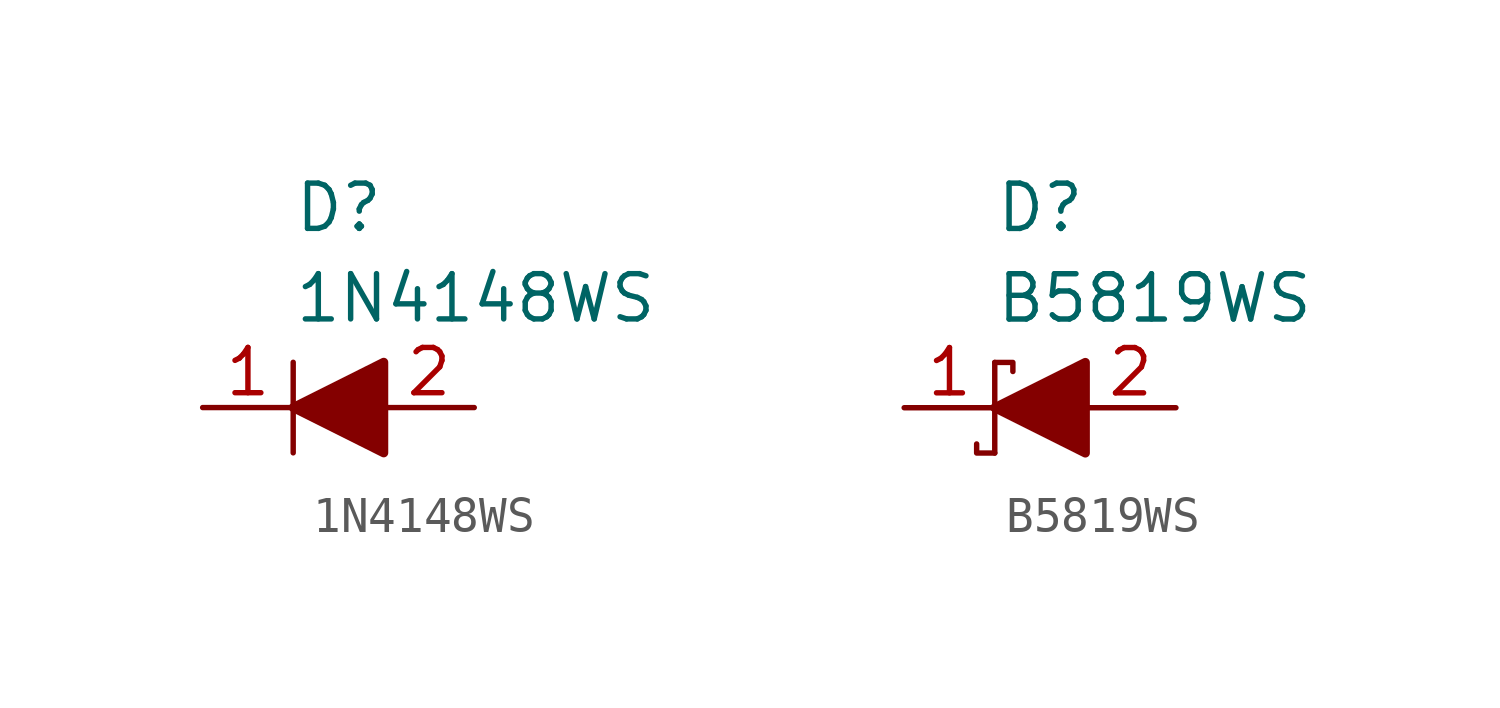
<source format=kicad_sym>
(kicad_symbol_lib
  (version 20241209)
  (generator "kicad_symbol_editor")
  (generator_version "9.0")
  (symbol "1N4148WS"
    (pin_names
      (hide yes))
    (property "Reference" "D"
      (at 2.54 6.35 0)
      (effects (font (size 1.27 1.27)) (justify left top)))
    (property "Value" "1N4148WS"
      (at 2.54 3.81 0)
      (effects (font (size 1.27 1.27)) (justify left top)))
    (symbol "1N4148WS_0_1"
      (polyline (pts (xy 2.54 1.27) (xy 2.54 -1.27)) (stroke (width 0) (type default)) (fill (type none))))
    (symbol "1N4148WS_1_1"
      (polyline (pts (xy 2.54 0) (xy 5.08 1.27) (xy 5.08 -1.27) (xy 2.54 0)) (stroke (width 0.254) (type default)) (fill (type outline)))
      (pin passive line (at 0 0 0) (length 2.54) (name "K" (effects (font (size 1.27 1.27)))) (number "1" (effects (font (size 1.27 1.27)))))
      (pin passive line (at 7.62 0 180) (length 2.54) (name "A" (effects (font (size 1.27 1.27)))) (number "2" (effects (font (size 1.27 1.27)))))))
  (symbol "B5819WS"
    (pin_names
      (hide yes))
    (property "Reference" "D"
      (at 2.54 6.35 0)
      (effects (font (size 1.27 1.27)) (justify left top)))
    (property "Value" "B5819WS"
      (at 2.54 3.81 0)
      (effects (font (size 1.27 1.27)) (justify left top)))
    (symbol "B5819WS_0_1"
      (polyline (pts (xy 2.54 1.27) (xy 2.54 -1.27)) (stroke (width 0) (type default)) (fill (type none)))
      (polyline (pts (xy 2.54 1.27) (xy 3.048 1.27) (xy 3.048 1.016)) (stroke (width 0) (type default)) (fill (type none)))
      (polyline (pts (xy 2.54 -1.27) (xy 2.032 -1.27) (xy 2.032 -1.016)) (stroke (width 0) (type default)) (fill (type none))))
    (symbol "B5819WS_1_1"
      (polyline (pts (xy 2.54 0) (xy 5.08 1.27) (xy 5.08 -1.27) (xy 2.54 0)) (stroke (width 0.254) (type default)) (fill (type outline)))
      (pin passive line (at 0 0 0) (length 2.54) (name "K" (effects (font (size 1.27 1.27)))) (number "1" (effects (font (size 1.27 1.27)))))
      (pin passive line (at 7.62 0 180) (length 2.54) (name "A" (effects (font (size 1.27 1.27)))) (number "2" (effects (font (size 1.27 1.27))))))))
</source>
